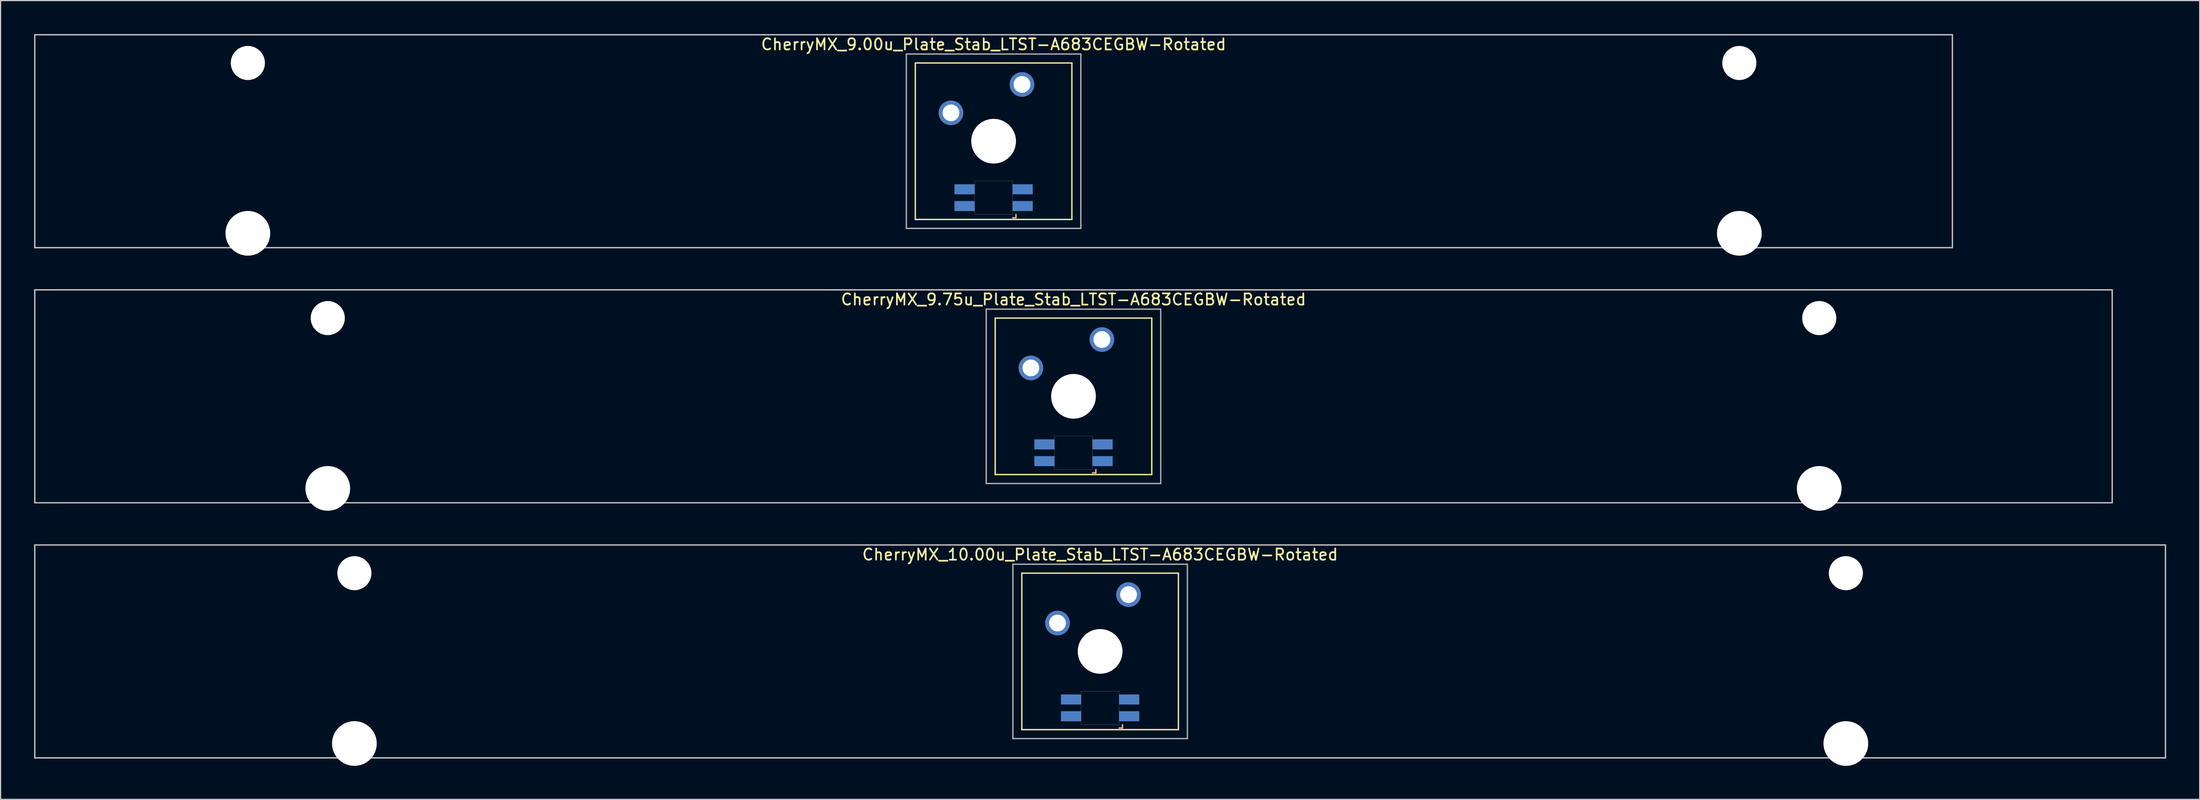
<source format=kicad_pcb>
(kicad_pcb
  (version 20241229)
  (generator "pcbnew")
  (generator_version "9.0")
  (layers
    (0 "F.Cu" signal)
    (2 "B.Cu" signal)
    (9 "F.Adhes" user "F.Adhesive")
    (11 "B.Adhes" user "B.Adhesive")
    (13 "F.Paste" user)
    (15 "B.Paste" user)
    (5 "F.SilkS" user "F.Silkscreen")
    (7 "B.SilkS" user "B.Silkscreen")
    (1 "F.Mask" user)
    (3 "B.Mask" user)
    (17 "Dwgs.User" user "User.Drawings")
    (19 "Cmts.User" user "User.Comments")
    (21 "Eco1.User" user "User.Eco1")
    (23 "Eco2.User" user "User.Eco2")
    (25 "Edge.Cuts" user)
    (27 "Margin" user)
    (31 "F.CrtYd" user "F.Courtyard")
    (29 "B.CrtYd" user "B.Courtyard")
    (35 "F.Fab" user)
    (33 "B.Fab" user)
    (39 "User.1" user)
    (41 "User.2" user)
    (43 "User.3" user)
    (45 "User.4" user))
  (footprint "CherryMX_9.75u_Plate_Stab_LTST-A683CEGBW-Rotated"
    (layer "F.Cu")
    (at 92.929 32.41)
    (property "Reference" "CherryMX_9.75u_Plate_Stab_LTST-A683CEGBW-Rotated" (at 0 -8.662 0) (layer "F.SilkS") (effects (font (size 1 1) (thickness 0.15))))
    (attr through_hole)
    (fp_line (start -7 -7) (end -7 7) (stroke (width 0.12) (type solid)) (layer "F.SilkS"))
    (fp_line (start -7 -7) (end 7 -7) (stroke (width 0.12) (type solid)) (layer "F.SilkS"))
    (fp_line (start 7 -7) (end 7 7) (stroke (width 0.12) (type solid)) (layer "F.SilkS"))
    (fp_line (start 7 7) (end -7 7) (stroke (width 0.12) (type solid)) (layer "F.SilkS"))
    (fp_line (start 1.7 6.85) (end 2 6.85) (stroke (width 0.12) (type solid)) (layer "B.SilkS"))
    (fp_line (start 2 6.85) (end 2 6.55) (stroke (width 0.12) (type solid)) (layer "B.SilkS"))
    (fp_line (start -92.869 -9.525) (end 92.869 -9.525) (stroke (width 0.12) (type solid)) (layer "Dwgs.User"))
    (fp_line (start -92.869 9.525) (end -92.869 -9.525) (stroke (width 0.12) (type solid)) (layer "Dwgs.User"))
    (fp_line (start 92.869 -9.525) (end 92.869 9.525) (stroke (width 0.12) (type solid)) (layer "Dwgs.User"))
    (fp_line (start 92.869 9.525) (end -92.869 9.525) (stroke (width 0.12) (type solid)) (layer "Dwgs.User"))
    (fp_poly (pts (xy -1.7 3.55) (xy 1.7 3.55) (xy 1.7 6.55) (xy -1.7 6.55)) (stroke (width 0.01) (type solid)) (fill no) (layer "Edge.Cuts"))
    (fp_line (start -7.8 -7.8) (end -7.8 7.8) (stroke (width 0.12) (type solid)) (layer "F.Fab"))
    (fp_line (start -7.8 -7.8) (end 7.8 -7.8) (stroke (width 0.12) (type solid)) (layer "F.Fab"))
    (fp_line (start -7.8 7.8) (end 7.8 7.8) (stroke (width 0.12) (type solid)) (layer "F.Fab"))
    (fp_line (start 7.8 -7.8) (end 7.8 7.8) (stroke (width 0.12) (type solid)) (layer "F.Fab"))
    (pad "" np_thru_hole circle (at -66.675 -7) (size 3.05 3.05) (drill 3.05) (layers "*.Cu" "*.Mask"))
    (pad "" np_thru_hole circle (at -66.675 8.24) (size 4 4) (drill 4) (layers "*.Cu" "*.Mask"))
    (pad "" np_thru_hole circle (at 0 0) (size 4 4) (drill 4) (layers "*.Cu" "*.Mask"))
    (pad "" np_thru_hole circle (at 66.675 -7) (size 3.05 3.05) (drill 3.05) (layers "*.Cu" "*.Mask"))
    (pad "" np_thru_hole circle (at 66.675 8.24) (size 4 4) (drill 4) (layers "*.Cu" "*.Mask"))
    (pad "1" thru_hole circle (at -3.81 -2.54) (size 2.2 2.2) (drill 1.5) (layers "*.Cu" "*.Mask"))
    (pad "2" thru_hole circle (at 2.54 -5.08) (size 2.2 2.2) (drill 1.5) (layers "*.Cu" "*.Mask"))
    (pad "3" smd rect (at 2.6 5.8 180) (size 1.8 0.9) (layers "B.Cu" "B.Mask" "B.Paste"))
    (pad "4" smd rect (at 2.6 4.3 180) (size 1.8 0.9) (layers "B.Cu" "B.Mask" "B.Paste"))
    (pad "5" smd rect (at -2.6 5.8 180) (size 1.8 0.9) (layers "B.Cu" "B.Mask" "B.Paste"))
    (pad "6" smd rect (at -2.6 4.3 180) (size 1.8 0.9) (layers "B.Cu" "B.Mask" "B.Paste")))
  (footprint "CherryMX_10.00u_Plate_Stab_LTST-A683CEGBW-Rotated"
    (layer "F.Cu")
    (at 95.31 55.235)
    (property "Reference" "CherryMX_10.00u_Plate_Stab_LTST-A683CEGBW-Rotated" (at 0 -8.662 0) (layer "F.SilkS") (effects (font (size 1 1) (thickness 0.15))))
    (attr through_hole)
    (fp_line (start -7 -7) (end -7 7) (stroke (width 0.12) (type solid)) (layer "F.SilkS"))
    (fp_line (start -7 -7) (end 7 -7) (stroke (width 0.12) (type solid)) (layer "F.SilkS"))
    (fp_line (start 7 -7) (end 7 7) (stroke (width 0.12) (type solid)) (layer "F.SilkS"))
    (fp_line (start 7 7) (end -7 7) (stroke (width 0.12) (type solid)) (layer "F.SilkS"))
    (fp_line (start 1.7 6.85) (end 2 6.85) (stroke (width 0.12) (type solid)) (layer "B.SilkS"))
    (fp_line (start 2 6.85) (end 2 6.55) (stroke (width 0.12) (type solid)) (layer "B.SilkS"))
    (fp_line (start -95.25 -9.525) (end 95.25 -9.525) (stroke (width 0.12) (type solid)) (layer "Dwgs.User"))
    (fp_line (start -95.25 9.525) (end -95.25 -9.525) (stroke (width 0.12) (type solid)) (layer "Dwgs.User"))
    (fp_line (start 95.25 -9.525) (end 95.25 9.525) (stroke (width 0.12) (type solid)) (layer "Dwgs.User"))
    (fp_line (start 95.25 9.525) (end -95.25 9.525) (stroke (width 0.12) (type solid)) (layer "Dwgs.User"))
    (fp_poly (pts (xy -1.7 3.55) (xy 1.7 3.55) (xy 1.7 6.55) (xy -1.7 6.55)) (stroke (width 0.01) (type solid)) (fill no) (layer "Edge.Cuts"))
    (fp_line (start -7.8 -7.8) (end -7.8 7.8) (stroke (width 0.12) (type solid)) (layer "F.Fab"))
    (fp_line (start -7.8 -7.8) (end 7.8 -7.8) (stroke (width 0.12) (type solid)) (layer "F.Fab"))
    (fp_line (start -7.8 7.8) (end 7.8 7.8) (stroke (width 0.12) (type solid)) (layer "F.Fab"))
    (fp_line (start 7.8 -7.8) (end 7.8 7.8) (stroke (width 0.12) (type solid)) (layer "F.Fab"))
    (pad "" np_thru_hole circle (at -66.675 -7) (size 3.05 3.05) (drill 3.05) (layers "*.Cu" "*.Mask"))
    (pad "" np_thru_hole circle (at -66.675 8.24) (size 4 4) (drill 4) (layers "*.Cu" "*.Mask"))
    (pad "" np_thru_hole circle (at 0 0) (size 4 4) (drill 4) (layers "*.Cu" "*.Mask"))
    (pad "" np_thru_hole circle (at 66.675 -7) (size 3.05 3.05) (drill 3.05) (layers "*.Cu" "*.Mask"))
    (pad "" np_thru_hole circle (at 66.675 8.24) (size 4 4) (drill 4) (layers "*.Cu" "*.Mask"))
    (pad "1" thru_hole circle (at -3.81 -2.54) (size 2.2 2.2) (drill 1.5) (layers "*.Cu" "*.Mask"))
    (pad "2" thru_hole circle (at 2.54 -5.08) (size 2.2 2.2) (drill 1.5) (layers "*.Cu" "*.Mask"))
    (pad "3" smd rect (at 2.6 5.8 180) (size 1.8 0.9) (layers "B.Cu" "B.Mask" "B.Paste"))
    (pad "4" smd rect (at 2.6 4.3 180) (size 1.8 0.9) (layers "B.Cu" "B.Mask" "B.Paste"))
    (pad "5" smd rect (at -2.6 5.8 180) (size 1.8 0.9) (layers "B.Cu" "B.Mask" "B.Paste"))
    (pad "6" smd rect (at -2.6 4.3 180) (size 1.8 0.9) (layers "B.Cu" "B.Mask" "B.Paste")))
  (footprint "CherryMX_9.00u_Plate_Stab_LTST-A683CEGBW-Rotated"
    (layer "F.Cu")
    (at 85.785 9.585)
    (property "Reference" "CherryMX_9.00u_Plate_Stab_LTST-A683CEGBW-Rotated" (at 0 -8.662 0) (layer "F.SilkS") (effects (font (size 1 1) (thickness 0.15))))
    (attr through_hole)
    (fp_line (start -7 -7) (end -7 7) (stroke (width 0.12) (type solid)) (layer "F.SilkS"))
    (fp_line (start -7 -7) (end 7 -7) (stroke (width 0.12) (type solid)) (layer "F.SilkS"))
    (fp_line (start 7 -7) (end 7 7) (stroke (width 0.12) (type solid)) (layer "F.SilkS"))
    (fp_line (start 7 7) (end -7 7) (stroke (width 0.12) (type solid)) (layer "F.SilkS"))
    (fp_line (start 1.7 6.85) (end 2 6.85) (stroke (width 0.12) (type solid)) (layer "B.SilkS"))
    (fp_line (start 2 6.85) (end 2 6.55) (stroke (width 0.12) (type solid)) (layer "B.SilkS"))
    (fp_line (start -85.725 -9.525) (end 85.725 -9.525) (stroke (width 0.12) (type solid)) (layer "Dwgs.User"))
    (fp_line (start -85.725 9.525) (end -85.725 -9.525) (stroke (width 0.12) (type solid)) (layer "Dwgs.User"))
    (fp_line (start 85.725 -9.525) (end 85.725 9.525) (stroke (width 0.12) (type solid)) (layer "Dwgs.User"))
    (fp_line (start 85.725 9.525) (end -85.725 9.525) (stroke (width 0.12) (type solid)) (layer "Dwgs.User"))
    (fp_poly (pts (xy -1.7 3.55) (xy 1.7 3.55) (xy 1.7 6.55) (xy -1.7 6.55)) (stroke (width 0.01) (type solid)) (fill no) (layer "Edge.Cuts"))
    (fp_line (start -7.8 -7.8) (end -7.8 7.8) (stroke (width 0.12) (type solid)) (layer "F.Fab"))
    (fp_line (start -7.8 -7.8) (end 7.8 -7.8) (stroke (width 0.12) (type solid)) (layer "F.Fab"))
    (fp_line (start -7.8 7.8) (end 7.8 7.8) (stroke (width 0.12) (type solid)) (layer "F.Fab"))
    (fp_line (start 7.8 -7.8) (end 7.8 7.8) (stroke (width 0.12) (type solid)) (layer "F.Fab"))
    (pad "" np_thru_hole circle (at -66.675 -7) (size 3.05 3.05) (drill 3.05) (layers "*.Cu" "*.Mask"))
    (pad "" np_thru_hole circle (at -66.675 8.24) (size 4 4) (drill 4) (layers "*.Cu" "*.Mask"))
    (pad "" np_thru_hole circle (at 0 0) (size 4 4) (drill 4) (layers "*.Cu" "*.Mask"))
    (pad "" np_thru_hole circle (at 66.675 -7) (size 3.05 3.05) (drill 3.05) (layers "*.Cu" "*.Mask"))
    (pad "" np_thru_hole circle (at 66.675 8.24) (size 4 4) (drill 4) (layers "*.Cu" "*.Mask"))
    (pad "1" thru_hole circle (at -3.81 -2.54) (size 2.2 2.2) (drill 1.5) (layers "*.Cu" "*.Mask"))
    (pad "2" thru_hole circle (at 2.54 -5.08) (size 2.2 2.2) (drill 1.5) (layers "*.Cu" "*.Mask"))
    (pad "3" smd rect (at 2.6 5.8 180) (size 1.8 0.9) (layers "B.Cu" "B.Mask" "B.Paste"))
    (pad "4" smd rect (at 2.6 4.3 180) (size 1.8 0.9) (layers "B.Cu" "B.Mask" "B.Paste"))
    (pad "5" smd rect (at -2.6 5.8 180) (size 1.8 0.9) (layers "B.Cu" "B.Mask" "B.Paste"))
    (pad "6" smd rect (at -2.6 4.3 180) (size 1.8 0.9) (layers "B.Cu" "B.Mask" "B.Paste")))
  (gr_rect
    (start -3 -3)
    (end 193.62 68.475)
    (stroke (width 0.1) (type default))
    (fill no)
    (layer "Edge.Cuts")))
</source>
